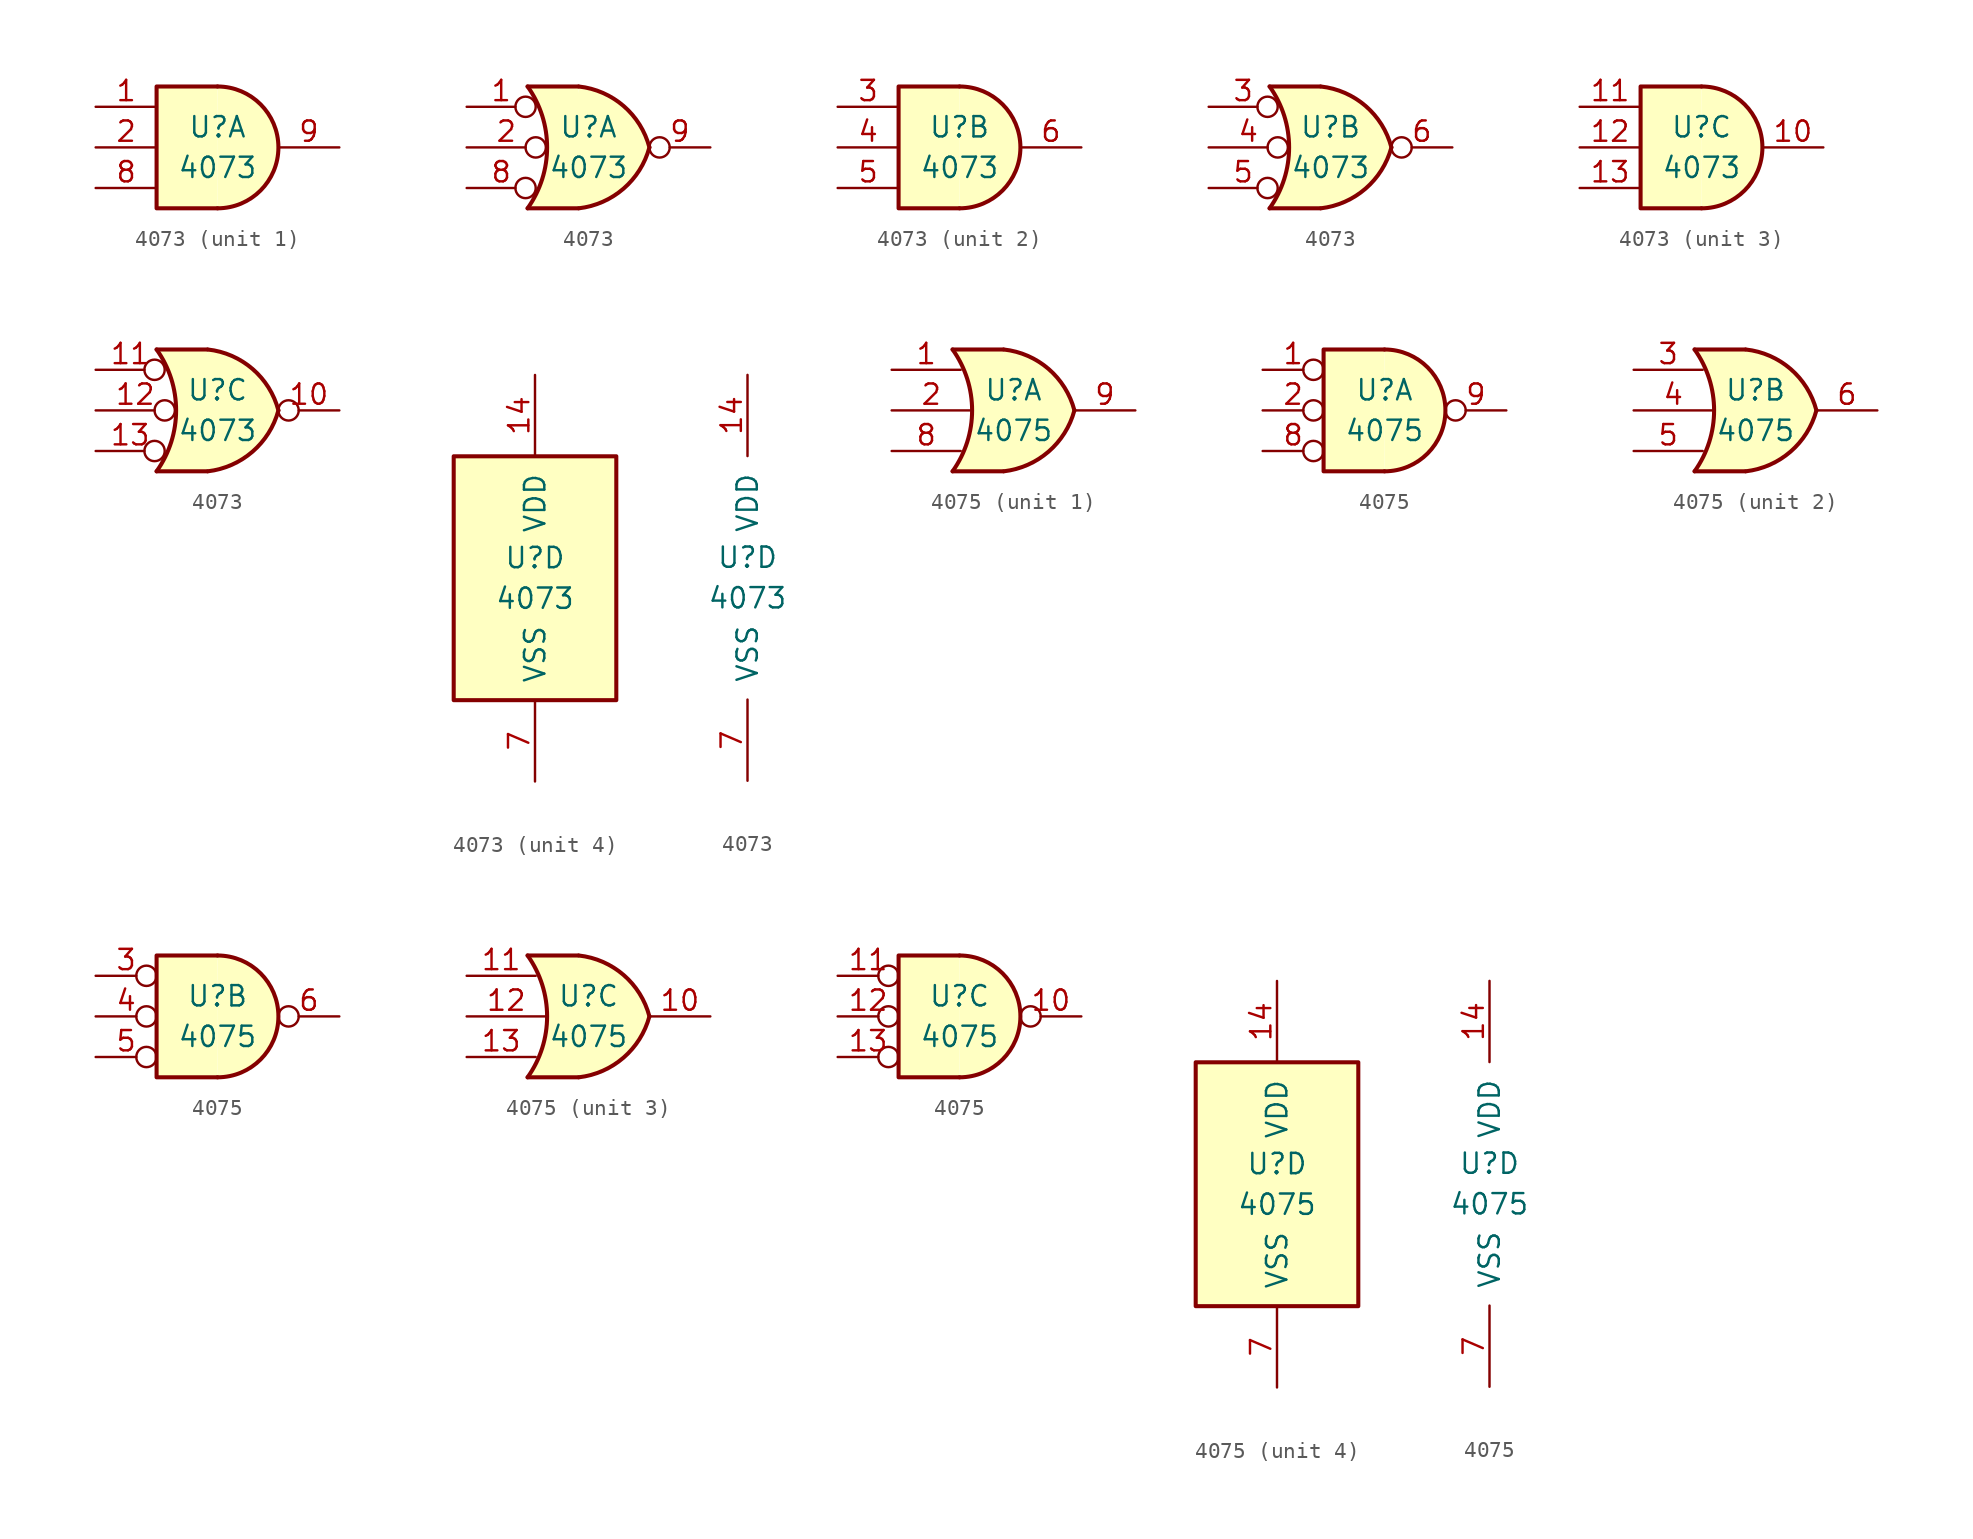
<source format=kicad_sym>
(kicad_symbol_lib
  (version 20211014)
  (generator kicad_symbol_editor)
  (symbol "4073"
    (pin_names
      (offset 1.016))
    (property "Reference" "U"
      (at 0 1.27 0)
      (effects (font (size 1.27 1.27))))
    (property "Value" "4073"
      (at 0 -1.27 0)
      (effects (font (size 1.27 1.27))))
    (property "ki_locked" ""
      (at 0 0 0)
      (effects (font (size 1.27 1.27))))
    (symbol "4073_1_1"
      (arc (start 0 -3.81) (mid 3.81 0) (end 0 3.81) (stroke (width 0.254) (type default) (color 0 0 0 0)) (fill (type background)))
      (polyline (pts (xy 0 3.81) (xy -3.81 3.81) (xy -3.81 -3.81) (xy 0 -3.81)) (stroke (width 0.254) (type default) (color 0 0 0 0)) (fill (type background)))
      (pin input line (at -7.62 2.54 0) (length 3.81) (name "~" (effects (font (size 1.27 1.27)))) (number "1" (effects (font (size 1.27 1.27)))))
      (pin input line (at -7.62 0 0) (length 3.81) (name "~" (effects (font (size 1.27 1.27)))) (number "2" (effects (font (size 1.27 1.27)))))
      (pin input line (at -7.62 -2.54 0) (length 3.81) (name "~" (effects (font (size 1.27 1.27)))) (number "8" (effects (font (size 1.27 1.27)))))
      (pin output line (at 7.62 0 180) (length 3.81) (name "~" (effects (font (size 1.27 1.27)))) (number "9" (effects (font (size 1.27 1.27))))))
    (symbol "4073_1_2"
      (arc (start -3.81 -3.81) (mid -2.589 0) (end -3.81 3.81) (stroke (width 0.254) (type default) (color 0 0 0 0)) (fill (type none)))
      (arc (start -0.6096 -3.81) (mid 2.1842 -2.5851) (end 3.81 0) (stroke (width 0.254) (type default) (color 0 0 0 0)) (fill (type background)))
      (polyline (pts (xy -3.81 -3.81) (xy -0.635 -3.81)) (stroke (width 0.254) (type default) (color 0 0 0 0)) (fill (type background)))
      (polyline (pts (xy -3.81 3.81) (xy -0.635 3.81)) (stroke (width 0.254) (type default) (color 0 0 0 0)) (fill (type background)))
      (polyline (pts (xy -0.635 3.81) (xy -3.81 3.81) (xy -3.81 3.81) (xy -3.556 3.404) (xy -3.023 2.261) (xy -2.692 1.041) (xy -2.616 -0.254) (xy -2.769 -1.499) (xy -3.175 -2.718) (xy -3.81 -3.81) (xy -3.81 -3.81) (xy -0.635 -3.81)) (stroke (width -25.4) (type default) (color 0 0 0 0)) (fill (type background)))
      (arc (start 3.81 0) (mid 2.1915 2.5936) (end -0.6096 3.81) (stroke (width 0.254) (type default) (color 0 0 0 0)) (fill (type background)))
      (pin input inverted (at -7.62 2.54 0) (length 4.318) (name "~" (effects (font (size 1.27 1.27)))) (number "1" (effects (font (size 1.27 1.27)))))
      (pin input inverted (at -7.62 0 0) (length 4.953) (name "~" (effects (font (size 1.27 1.27)))) (number "2" (effects (font (size 1.27 1.27)))))
      (pin input inverted (at -7.62 -2.54 0) (length 4.318) (name "~" (effects (font (size 1.27 1.27)))) (number "8" (effects (font (size 1.27 1.27)))))
      (pin output inverted (at 7.62 0 180) (length 3.81) (name "~" (effects (font (size 1.27 1.27)))) (number "9" (effects (font (size 1.27 1.27))))))
    (symbol "4073_2_1"
      (arc (start 0 -3.81) (mid 3.81 0) (end 0 3.81) (stroke (width 0.254) (type default) (color 0 0 0 0)) (fill (type background)))
      (polyline (pts (xy 0 3.81) (xy -3.81 3.81) (xy -3.81 -3.81) (xy 0 -3.81)) (stroke (width 0.254) (type default) (color 0 0 0 0)) (fill (type background)))
      (pin input line (at -7.62 2.54 0) (length 3.81) (name "~" (effects (font (size 1.27 1.27)))) (number "3" (effects (font (size 1.27 1.27)))))
      (pin input line (at -7.62 0 0) (length 3.81) (name "~" (effects (font (size 1.27 1.27)))) (number "4" (effects (font (size 1.27 1.27)))))
      (pin input line (at -7.62 -2.54 0) (length 3.81) (name "~" (effects (font (size 1.27 1.27)))) (number "5" (effects (font (size 1.27 1.27)))))
      (pin output line (at 7.62 0 180) (length 3.81) (name "~" (effects (font (size 1.27 1.27)))) (number "6" (effects (font (size 1.27 1.27))))))
    (symbol "4073_2_2"
      (arc (start -3.81 -3.81) (mid -2.589 0) (end -3.81 3.81) (stroke (width 0.254) (type default) (color 0 0 0 0)) (fill (type none)))
      (arc (start -0.6096 -3.81) (mid 2.1842 -2.5851) (end 3.81 0) (stroke (width 0.254) (type default) (color 0 0 0 0)) (fill (type background)))
      (polyline (pts (xy -3.81 -3.81) (xy -0.635 -3.81)) (stroke (width 0.254) (type default) (color 0 0 0 0)) (fill (type background)))
      (polyline (pts (xy -3.81 3.81) (xy -0.635 3.81)) (stroke (width 0.254) (type default) (color 0 0 0 0)) (fill (type background)))
      (polyline (pts (xy -0.635 3.81) (xy -3.81 3.81) (xy -3.81 3.81) (xy -3.556 3.404) (xy -3.023 2.261) (xy -2.692 1.041) (xy -2.616 -0.254) (xy -2.769 -1.499) (xy -3.175 -2.718) (xy -3.81 -3.81) (xy -3.81 -3.81) (xy -0.635 -3.81)) (stroke (width -25.4) (type default) (color 0 0 0 0)) (fill (type background)))
      (arc (start 3.81 0) (mid 2.1915 2.5936) (end -0.6096 3.81) (stroke (width 0.254) (type default) (color 0 0 0 0)) (fill (type background)))
      (pin input inverted (at -7.62 2.54 0) (length 4.318) (name "~" (effects (font (size 1.27 1.27)))) (number "3" (effects (font (size 1.27 1.27)))))
      (pin input inverted (at -7.62 0 0) (length 4.953) (name "~" (effects (font (size 1.27 1.27)))) (number "4" (effects (font (size 1.27 1.27)))))
      (pin input inverted (at -7.62 -2.54 0) (length 4.318) (name "~" (effects (font (size 1.27 1.27)))) (number "5" (effects (font (size 1.27 1.27)))))
      (pin output inverted (at 7.62 0 180) (length 3.81) (name "~" (effects (font (size 1.27 1.27)))) (number "6" (effects (font (size 1.27 1.27))))))
    (symbol "4073_3_1"
      (arc (start 0 -3.81) (mid 3.81 0) (end 0 3.81) (stroke (width 0.254) (type default) (color 0 0 0 0)) (fill (type background)))
      (polyline (pts (xy 0 3.81) (xy -3.81 3.81) (xy -3.81 -3.81) (xy 0 -3.81)) (stroke (width 0.254) (type default) (color 0 0 0 0)) (fill (type background)))
      (pin output line (at 7.62 0 180) (length 3.81) (name "~" (effects (font (size 1.27 1.27)))) (number "10" (effects (font (size 1.27 1.27)))))
      (pin input line (at -7.62 2.54 0) (length 3.81) (name "~" (effects (font (size 1.27 1.27)))) (number "11" (effects (font (size 1.27 1.27)))))
      (pin input line (at -7.62 0 0) (length 3.81) (name "~" (effects (font (size 1.27 1.27)))) (number "12" (effects (font (size 1.27 1.27)))))
      (pin input line (at -7.62 -2.54 0) (length 3.81) (name "~" (effects (font (size 1.27 1.27)))) (number "13" (effects (font (size 1.27 1.27))))))
    (symbol "4073_3_2"
      (arc (start -3.81 -3.81) (mid -2.589 0) (end -3.81 3.81) (stroke (width 0.254) (type default) (color 0 0 0 0)) (fill (type none)))
      (arc (start -0.6096 -3.81) (mid 2.1842 -2.5851) (end 3.81 0) (stroke (width 0.254) (type default) (color 0 0 0 0)) (fill (type background)))
      (polyline (pts (xy -3.81 -3.81) (xy -0.635 -3.81)) (stroke (width 0.254) (type default) (color 0 0 0 0)) (fill (type background)))
      (polyline (pts (xy -3.81 3.81) (xy -0.635 3.81)) (stroke (width 0.254) (type default) (color 0 0 0 0)) (fill (type background)))
      (polyline (pts (xy -0.635 3.81) (xy -3.81 3.81) (xy -3.81 3.81) (xy -3.556 3.404) (xy -3.023 2.261) (xy -2.692 1.041) (xy -2.616 -0.254) (xy -2.769 -1.499) (xy -3.175 -2.718) (xy -3.81 -3.81) (xy -3.81 -3.81) (xy -0.635 -3.81)) (stroke (width -25.4) (type default) (color 0 0 0 0)) (fill (type background)))
      (arc (start 3.81 0) (mid 2.1915 2.5936) (end -0.6096 3.81) (stroke (width 0.254) (type default) (color 0 0 0 0)) (fill (type background)))
      (pin output inverted (at 7.62 0 180) (length 3.81) (name "~" (effects (font (size 1.27 1.27)))) (number "10" (effects (font (size 1.27 1.27)))))
      (pin input inverted (at -7.62 2.54 0) (length 4.318) (name "~" (effects (font (size 1.27 1.27)))) (number "11" (effects (font (size 1.27 1.27)))))
      (pin input inverted (at -7.62 0 0) (length 4.953) (name "~" (effects (font (size 1.27 1.27)))) (number "12" (effects (font (size 1.27 1.27)))))
      (pin input inverted (at -7.62 -2.54 0) (length 4.318) (name "~" (effects (font (size 1.27 1.27)))) (number "13" (effects (font (size 1.27 1.27))))))
    (symbol "4073_4_0"
      (pin power_in line (at 0 12.7 270) (length 5.08) (name "VDD" (effects (font (size 1.27 1.27)))) (number "14" (effects (font (size 1.27 1.27)))))
      (pin power_in line (at 0 -12.7 90) (length 5.08) (name "VSS" (effects (font (size 1.27 1.27)))) (number "7" (effects (font (size 1.27 1.27))))))
    (symbol "4073_4_1"
      (rectangle (start -5.08 7.62) (end 5.08 -7.62) (stroke (width 0.254) (type default) (color 0 0 0 0)) (fill (type background)))))
  (symbol "4075"
    (pin_names
      (offset 1.016))
    (property "Reference" "U"
      (at 0 1.27 0)
      (effects (font (size 1.27 1.27))))
    (property "Value" "4075"
      (at 0 -1.27 0)
      (effects (font (size 1.27 1.27))))
    (property "ki_locked" ""
      (at 0 0 0)
      (effects (font (size 1.27 1.27))))
    (symbol "4075_1_1"
      (arc (start -3.81 -3.81) (mid -2.589 0) (end -3.81 3.81) (stroke (width 0.254) (type default) (color 0 0 0 0)) (fill (type none)))
      (arc (start -0.6096 -3.81) (mid 2.1842 -2.5851) (end 3.81 0) (stroke (width 0.254) (type default) (color 0 0 0 0)) (fill (type background)))
      (polyline (pts (xy -3.81 -3.81) (xy -0.635 -3.81)) (stroke (width 0.254) (type default) (color 0 0 0 0)) (fill (type background)))
      (polyline (pts (xy -3.81 3.81) (xy -0.635 3.81)) (stroke (width 0.254) (type default) (color 0 0 0 0)) (fill (type background)))
      (polyline (pts (xy -0.635 3.81) (xy -3.81 3.81) (xy -3.81 3.81) (xy -3.556 3.404) (xy -3.023 2.261) (xy -2.692 1.041) (xy -2.616 -0.254) (xy -2.769 -1.499) (xy -3.175 -2.718) (xy -3.81 -3.81) (xy -3.81 -3.81) (xy -0.635 -3.81)) (stroke (width -25.4) (type default) (color 0 0 0 0)) (fill (type background)))
      (arc (start 3.81 0) (mid 2.1915 2.5936) (end -0.6096 3.81) (stroke (width 0.254) (type default) (color 0 0 0 0)) (fill (type background)))
      (pin input line (at -7.62 2.54 0) (length 4.318) (name "~" (effects (font (size 1.27 1.27)))) (number "1" (effects (font (size 1.27 1.27)))))
      (pin input line (at -7.62 0 0) (length 4.953) (name "~" (effects (font (size 1.27 1.27)))) (number "2" (effects (font (size 1.27 1.27)))))
      (pin input line (at -7.62 -2.54 0) (length 4.318) (name "~" (effects (font (size 1.27 1.27)))) (number "8" (effects (font (size 1.27 1.27)))))
      (pin output line (at 7.62 0 180) (length 3.81) (name "~" (effects (font (size 1.27 1.27)))) (number "9" (effects (font (size 1.27 1.27))))))
    (symbol "4075_1_2"
      (arc (start 0 -3.81) (mid 3.81 0) (end 0 3.81) (stroke (width 0.254) (type default) (color 0 0 0 0)) (fill (type background)))
      (polyline (pts (xy 0 3.81) (xy -3.81 3.81) (xy -3.81 -3.81) (xy 0 -3.81)) (stroke (width 0.254) (type default) (color 0 0 0 0)) (fill (type background)))
      (pin input inverted (at -7.62 2.54 0) (length 3.81) (name "~" (effects (font (size 1.27 1.27)))) (number "1" (effects (font (size 1.27 1.27)))))
      (pin input inverted (at -7.62 0 0) (length 3.81) (name "~" (effects (font (size 1.27 1.27)))) (number "2" (effects (font (size 1.27 1.27)))))
      (pin input inverted (at -7.62 -2.54 0) (length 3.81) (name "~" (effects (font (size 1.27 1.27)))) (number "8" (effects (font (size 1.27 1.27)))))
      (pin output inverted (at 7.62 0 180) (length 3.81) (name "~" (effects (font (size 1.27 1.27)))) (number "9" (effects (font (size 1.27 1.27))))))
    (symbol "4075_2_1"
      (arc (start -3.81 -3.81) (mid -2.589 0) (end -3.81 3.81) (stroke (width 0.254) (type default) (color 0 0 0 0)) (fill (type none)))
      (arc (start -0.6096 -3.81) (mid 2.1842 -2.5851) (end 3.81 0) (stroke (width 0.254) (type default) (color 0 0 0 0)) (fill (type background)))
      (polyline (pts (xy -3.81 -3.81) (xy -0.635 -3.81)) (stroke (width 0.254) (type default) (color 0 0 0 0)) (fill (type background)))
      (polyline (pts (xy -3.81 3.81) (xy -0.635 3.81)) (stroke (width 0.254) (type default) (color 0 0 0 0)) (fill (type background)))
      (polyline (pts (xy -0.635 3.81) (xy -3.81 3.81) (xy -3.81 3.81) (xy -3.556 3.404) (xy -3.023 2.261) (xy -2.692 1.041) (xy -2.616 -0.254) (xy -2.769 -1.499) (xy -3.175 -2.718) (xy -3.81 -3.81) (xy -3.81 -3.81) (xy -0.635 -3.81)) (stroke (width -25.4) (type default) (color 0 0 0 0)) (fill (type background)))
      (arc (start 3.81 0) (mid 2.1915 2.5936) (end -0.6096 3.81) (stroke (width 0.254) (type default) (color 0 0 0 0)) (fill (type background)))
      (pin input line (at -7.62 2.54 0) (length 4.318) (name "~" (effects (font (size 1.27 1.27)))) (number "3" (effects (font (size 1.27 1.27)))))
      (pin input line (at -7.62 0 0) (length 4.953) (name "~" (effects (font (size 1.27 1.27)))) (number "4" (effects (font (size 1.27 1.27)))))
      (pin input line (at -7.62 -2.54 0) (length 4.318) (name "~" (effects (font (size 1.27 1.27)))) (number "5" (effects (font (size 1.27 1.27)))))
      (pin output line (at 7.62 0 180) (length 3.81) (name "~" (effects (font (size 1.27 1.27)))) (number "6" (effects (font (size 1.27 1.27))))))
    (symbol "4075_2_2"
      (arc (start 0 -3.81) (mid 3.81 0) (end 0 3.81) (stroke (width 0.254) (type default) (color 0 0 0 0)) (fill (type background)))
      (polyline (pts (xy 0 3.81) (xy -3.81 3.81) (xy -3.81 -3.81) (xy 0 -3.81)) (stroke (width 0.254) (type default) (color 0 0 0 0)) (fill (type background)))
      (pin input inverted (at -7.62 2.54 0) (length 3.81) (name "~" (effects (font (size 1.27 1.27)))) (number "3" (effects (font (size 1.27 1.27)))))
      (pin input inverted (at -7.62 0 0) (length 3.81) (name "~" (effects (font (size 1.27 1.27)))) (number "4" (effects (font (size 1.27 1.27)))))
      (pin input inverted (at -7.62 -2.54 0) (length 3.81) (name "~" (effects (font (size 1.27 1.27)))) (number "5" (effects (font (size 1.27 1.27)))))
      (pin output inverted (at 7.62 0 180) (length 3.81) (name "~" (effects (font (size 1.27 1.27)))) (number "6" (effects (font (size 1.27 1.27))))))
    (symbol "4075_3_1"
      (arc (start -3.81 -3.81) (mid -2.589 0) (end -3.81 3.81) (stroke (width 0.254) (type default) (color 0 0 0 0)) (fill (type none)))
      (arc (start -0.6096 -3.81) (mid 2.1842 -2.5851) (end 3.81 0) (stroke (width 0.254) (type default) (color 0 0 0 0)) (fill (type background)))
      (polyline (pts (xy -3.81 -3.81) (xy -0.635 -3.81)) (stroke (width 0.254) (type default) (color 0 0 0 0)) (fill (type background)))
      (polyline (pts (xy -3.81 3.81) (xy -0.635 3.81)) (stroke (width 0.254) (type default) (color 0 0 0 0)) (fill (type background)))
      (polyline (pts (xy -0.635 3.81) (xy -3.81 3.81) (xy -3.81 3.81) (xy -3.556 3.404) (xy -3.023 2.261) (xy -2.692 1.041) (xy -2.616 -0.254) (xy -2.769 -1.499) (xy -3.175 -2.718) (xy -3.81 -3.81) (xy -3.81 -3.81) (xy -0.635 -3.81)) (stroke (width -25.4) (type default) (color 0 0 0 0)) (fill (type background)))
      (arc (start 3.81 0) (mid 2.1915 2.5936) (end -0.6096 3.81) (stroke (width 0.254) (type default) (color 0 0 0 0)) (fill (type background)))
      (pin output line (at 7.62 0 180) (length 3.81) (name "~" (effects (font (size 1.27 1.27)))) (number "10" (effects (font (size 1.27 1.27)))))
      (pin input line (at -7.62 2.54 0) (length 4.318) (name "~" (effects (font (size 1.27 1.27)))) (number "11" (effects (font (size 1.27 1.27)))))
      (pin input line (at -7.62 0 0) (length 4.953) (name "~" (effects (font (size 1.27 1.27)))) (number "12" (effects (font (size 1.27 1.27)))))
      (pin input line (at -7.62 -2.54 0) (length 4.318) (name "~" (effects (font (size 1.27 1.27)))) (number "13" (effects (font (size 1.27 1.27))))))
    (symbol "4075_3_2"
      (arc (start 0 -3.81) (mid 3.81 0) (end 0 3.81) (stroke (width 0.254) (type default) (color 0 0 0 0)) (fill (type background)))
      (polyline (pts (xy 0 3.81) (xy -3.81 3.81) (xy -3.81 -3.81) (xy 0 -3.81)) (stroke (width 0.254) (type default) (color 0 0 0 0)) (fill (type background)))
      (pin output inverted (at 7.62 0 180) (length 3.81) (name "~" (effects (font (size 1.27 1.27)))) (number "10" (effects (font (size 1.27 1.27)))))
      (pin input inverted (at -7.62 2.54 0) (length 3.81) (name "~" (effects (font (size 1.27 1.27)))) (number "11" (effects (font (size 1.27 1.27)))))
      (pin input inverted (at -7.62 0 0) (length 3.81) (name "~" (effects (font (size 1.27 1.27)))) (number "12" (effects (font (size 1.27 1.27)))))
      (pin input inverted (at -7.62 -2.54 0) (length 3.81) (name "~" (effects (font (size 1.27 1.27)))) (number "13" (effects (font (size 1.27 1.27))))))
    (symbol "4075_4_0"
      (pin power_in line (at 0 12.7 270) (length 5.08) (name "VDD" (effects (font (size 1.27 1.27)))) (number "14" (effects (font (size 1.27 1.27)))))
      (pin power_in line (at 0 -12.7 90) (length 5.08) (name "VSS" (effects (font (size 1.27 1.27)))) (number "7" (effects (font (size 1.27 1.27))))))
    (symbol "4075_4_1"
      (rectangle (start -5.08 7.62) (end 5.08 -7.62) (stroke (width 0.254) (type default) (color 0 0 0 0)) (fill (type background))))))
</source>
